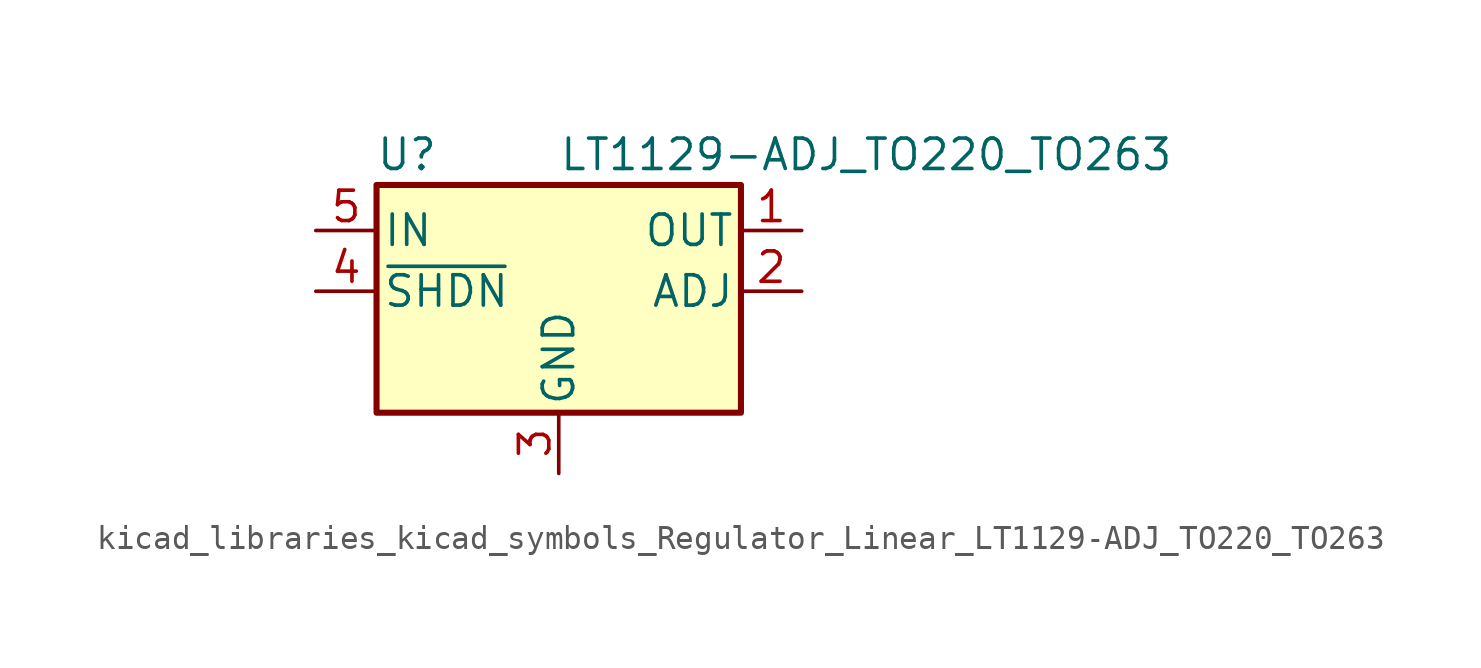
<source format=kicad_sym>
(kicad_symbol_lib
  (version 20220914)
  (generator kicad_symbol_editor)
  (symbol "kicad_libraries_kicad_symbols_Regulator_Linear_LT1129-ADJ_TO220_TO263"
    (pin_names
      (offset 0.254))
    (property "Reference" "U"
      (at -6.35 5.715 0)
      (effects (font (size 1.27 1.27))))
    (property "Value" "LT1129-ADJ_TO220_TO263"
      (at 0 5.715 0)
      (effects (font (size 1.27 1.27)) (justify left)))
    (symbol "kicad_libraries_kicad_symbols_Regulator_Linear_LT1129-ADJ_TO220_TO263_0_1"
      (rectangle (start -7.62 -5.08) (end 7.62 4.445) (stroke (width 0.254) (type default)) (fill (type background))))
    (symbol "kicad_libraries_kicad_symbols_Regulator_Linear_LT1129-ADJ_TO220_TO263_1_1"
      (pin power_out line (at 10.16 2.54 180) (length 2.54) (name "OUT" (effects (font (size 1.27 1.27)))) (number "1" (effects (font (size 1.27 1.27)))))
      (pin input line (at 10.16 0 180) (length 2.54) (name "ADJ" (effects (font (size 1.27 1.27)))) (number "2" (effects (font (size 1.27 1.27)))))
      (pin power_in line (at 0 -7.62 90) (length 2.54) (name "GND" (effects (font (size 1.27 1.27)))) (number "3" (effects (font (size 1.27 1.27)))))
      (pin input line (at -10.16 0 0) (length 2.54) (name "~{SHDN}" (effects (font (size 1.27 1.27)))) (number "4" (effects (font (size 1.27 1.27)))))
      (pin power_in line (at -10.16 2.54 0) (length 2.54) (name "IN" (effects (font (size 1.27 1.27)))) (number "5" (effects (font (size 1.27 1.27))))))))
</source>
